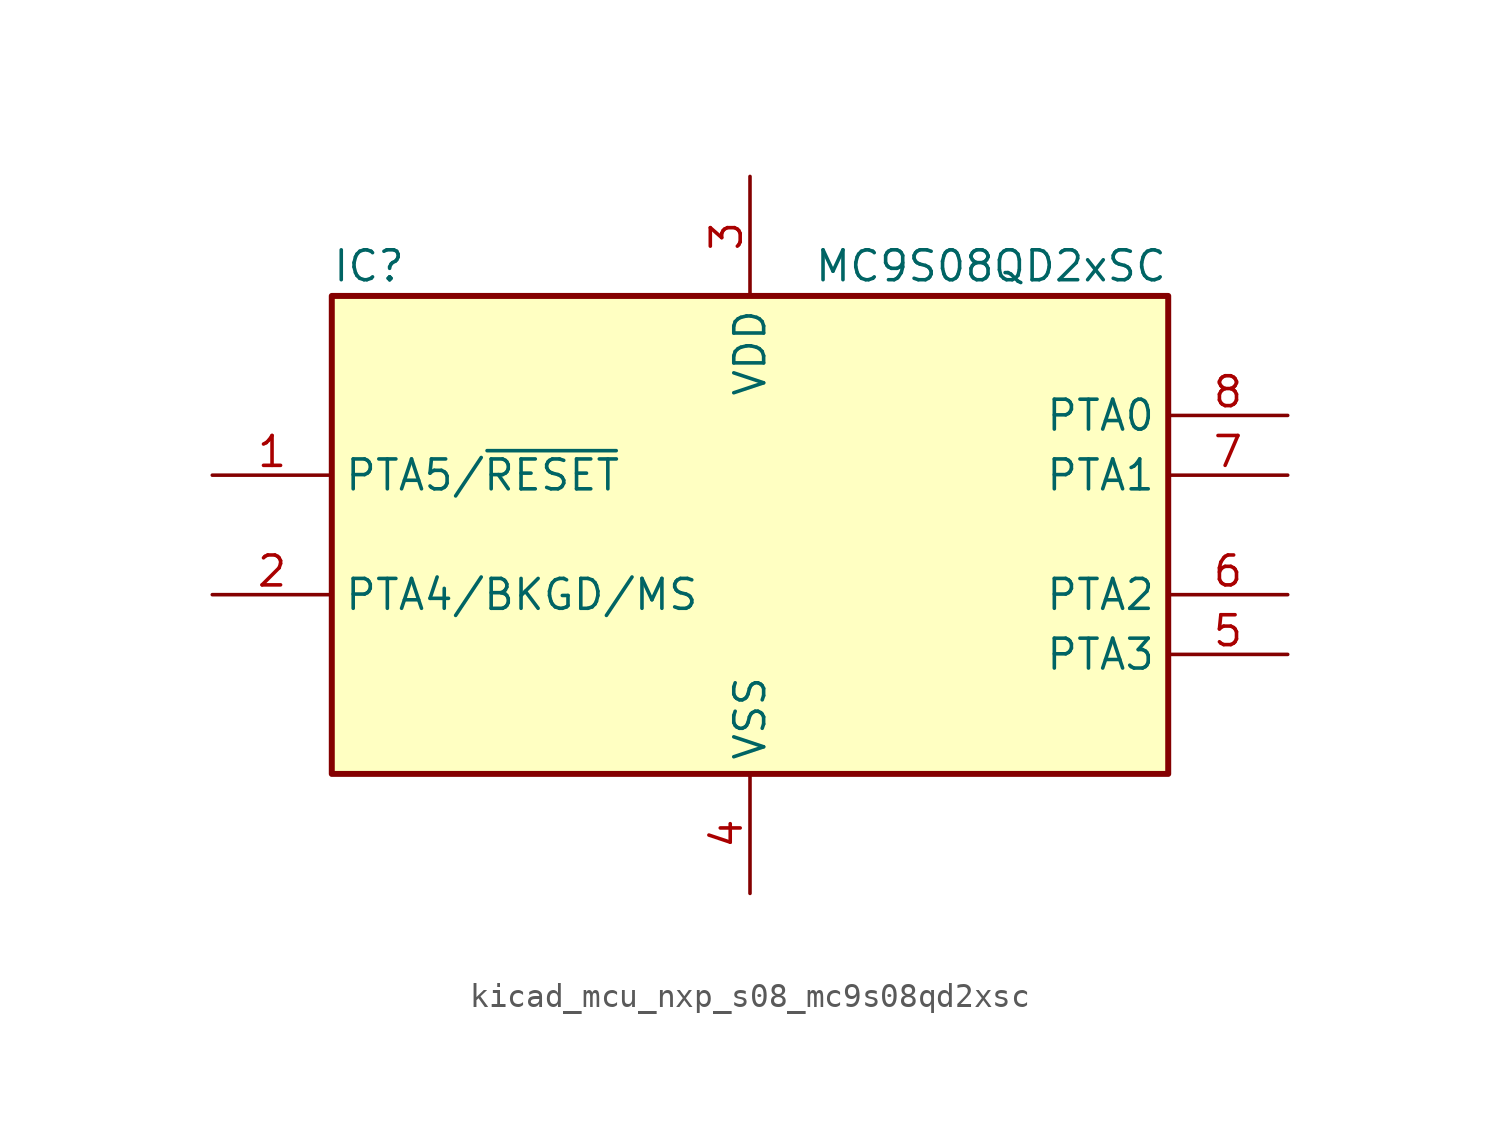
<source format=kicad_sym>
(kicad_symbol_lib
  (version 20220914)
  (generator kicad_symbol_editor)
  (symbol "kicad_mcu_nxp_s08_mc9s08qd2xsc"
    (property "Reference" "IC"
      (at -17.78 11.43 0)
      (effects (font (size 1.27 1.27)) (justify left)))
    (property "Value" "MC9S08QD2xSC"
      (at 17.78 11.43 0)
      (effects (font (size 1.27 1.27)) (justify right)))
    (symbol "kicad_mcu_nxp_s08_mc9s08qd2xsc_0_1"
      (rectangle (start -17.78 10.16) (end 17.78 -10.16) (stroke (width 0.254) (type default)) (fill (type background))))
    (symbol "kicad_mcu_nxp_s08_mc9s08qd2xsc_1_1"
      (pin bidirectional line (at -22.86 2.54 0) (length 5.08) (name "PTA5/~{RESET}" (effects (font (size 1.27 1.27)))) (number "1" (effects (font (size 1.27 1.27)))))
      (pin bidirectional line (at -22.86 -2.54 0) (length 5.08) (name "PTA4/BKGD/MS" (effects (font (size 1.27 1.27)))) (number "2" (effects (font (size 1.27 1.27)))))
      (pin power_in line (at 0 15.24 270) (length 5.08) (name "VDD" (effects (font (size 1.27 1.27)))) (number "3" (effects (font (size 1.27 1.27)))))
      (pin power_in line (at 0 -15.24 90) (length 5.08) (name "VSS" (effects (font (size 1.27 1.27)))) (number "4" (effects (font (size 1.27 1.27)))))
      (pin bidirectional line (at 22.86 -5.08 180) (length 5.08) (name "PTA3" (effects (font (size 1.27 1.27)))) (number "5" (effects (font (size 1.27 1.27)))))
      (pin bidirectional line (at 22.86 -2.54 180) (length 5.08) (name "PTA2" (effects (font (size 1.27 1.27)))) (number "6" (effects (font (size 1.27 1.27)))))
      (pin bidirectional line (at 22.86 2.54 180) (length 5.08) (name "PTA1" (effects (font (size 1.27 1.27)))) (number "7" (effects (font (size 1.27 1.27)))))
      (pin bidirectional line (at 22.86 5.08 180) (length 5.08) (name "PTA0" (effects (font (size 1.27 1.27)))) (number "8" (effects (font (size 1.27 1.27))))))))
</source>
